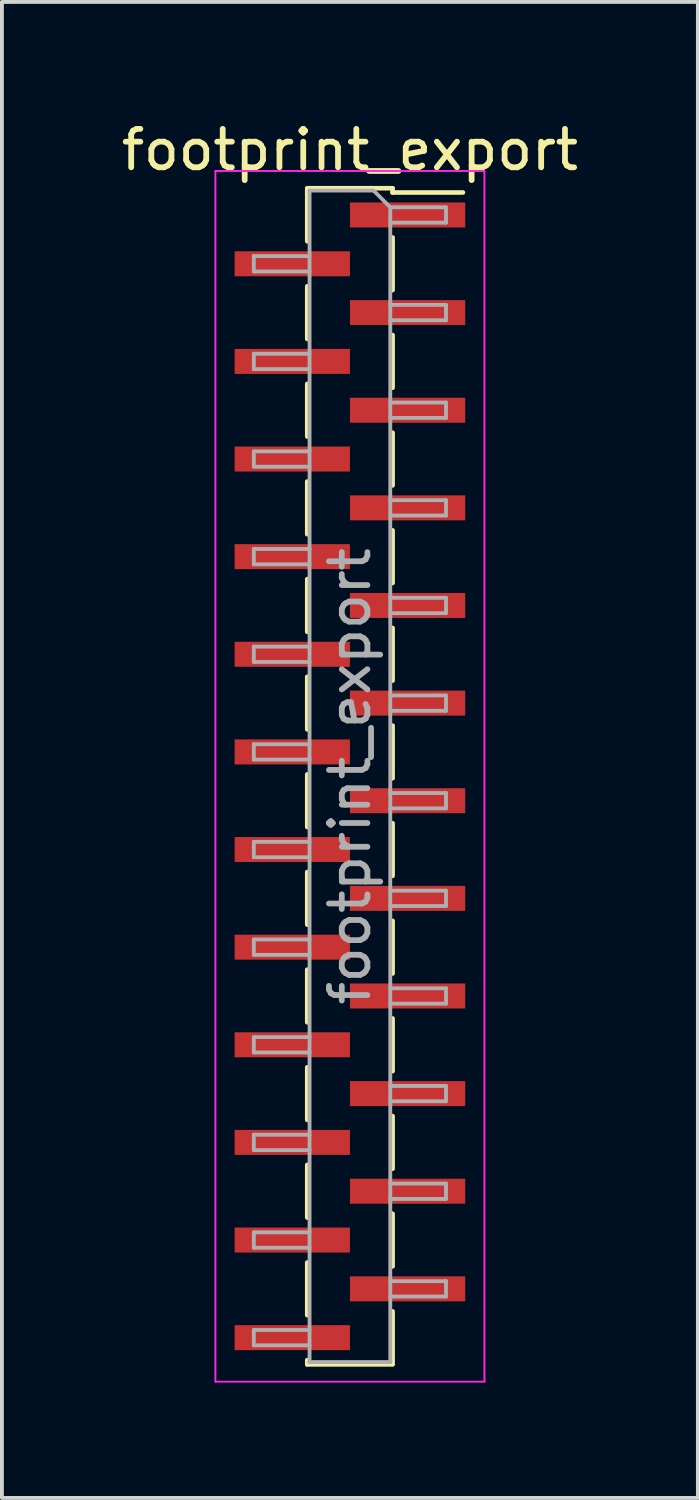
<source format=kicad_pcb>
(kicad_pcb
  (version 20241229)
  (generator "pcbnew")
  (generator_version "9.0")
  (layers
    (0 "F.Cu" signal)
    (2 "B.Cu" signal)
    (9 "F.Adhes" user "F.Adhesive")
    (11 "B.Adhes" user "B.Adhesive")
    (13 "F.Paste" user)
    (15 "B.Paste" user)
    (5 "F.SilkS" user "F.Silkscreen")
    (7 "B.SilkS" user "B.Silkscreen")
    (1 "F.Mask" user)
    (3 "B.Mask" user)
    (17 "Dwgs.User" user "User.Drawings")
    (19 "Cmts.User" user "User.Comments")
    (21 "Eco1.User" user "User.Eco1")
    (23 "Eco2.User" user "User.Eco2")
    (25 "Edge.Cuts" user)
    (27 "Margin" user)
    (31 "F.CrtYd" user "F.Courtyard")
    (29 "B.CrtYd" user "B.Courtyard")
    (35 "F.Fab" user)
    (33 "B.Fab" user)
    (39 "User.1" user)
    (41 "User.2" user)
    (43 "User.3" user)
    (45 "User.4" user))
  (footprint "footprint_export"
    (layer "F.Cu")
    (at 6.054 17.148)
    (property "Reference" "footprint_export" (at 0 -16.3 0) (layer "F.SilkS") (effects (font (size 1 1) (thickness 0.15))))
    (attr smd)
    (fp_line (start -1.11 -15.3) (end 1.11 -15.3) (stroke (width 0.12) (type solid)) (layer "F.SilkS"))
    (fp_line (start -1.11 -15.29) (end -1.11 -13.92) (stroke (width 0.12) (type solid)) (layer "F.SilkS"))
    (fp_line (start -1.11 -12.75) (end -1.11 -11.38) (stroke (width 0.12) (type solid)) (layer "F.SilkS"))
    (fp_line (start -1.11 -10.21) (end -1.11 -8.84) (stroke (width 0.12) (type solid)) (layer "F.SilkS"))
    (fp_line (start -1.11 -7.67) (end -1.11 -6.3) (stroke (width 0.12) (type solid)) (layer "F.SilkS"))
    (fp_line (start -1.11 -5.13) (end -1.11 -3.76) (stroke (width 0.12) (type solid)) (layer "F.SilkS"))
    (fp_line (start -1.11 -2.59) (end -1.11 -1.22) (stroke (width 0.12) (type solid)) (layer "F.SilkS"))
    (fp_line (start -1.11 -0.05) (end -1.11 1.32) (stroke (width 0.12) (type solid)) (layer "F.SilkS"))
    (fp_line (start -1.11 2.49) (end -1.11 3.86) (stroke (width 0.12) (type solid)) (layer "F.SilkS"))
    (fp_line (start -1.11 5.03) (end -1.11 6.4) (stroke (width 0.12) (type solid)) (layer "F.SilkS"))
    (fp_line (start -1.11 7.57) (end -1.11 8.94) (stroke (width 0.12) (type solid)) (layer "F.SilkS"))
    (fp_line (start -1.11 10.11) (end -1.11 11.48) (stroke (width 0.12) (type solid)) (layer "F.SilkS"))
    (fp_line (start -1.11 12.65) (end -1.11 14.02) (stroke (width 0.12) (type solid)) (layer "F.SilkS"))
    (fp_line (start -1.11 15.19) (end -1.11 15.3) (stroke (width 0.12) (type solid)) (layer "F.SilkS"))
    (fp_line (start -1.11 15.3) (end 1.11 15.3) (stroke (width 0.12) (type solid)) (layer "F.SilkS"))
    (fp_line (start 1.11 -15.3) (end 1.11 -15.19) (stroke (width 0.12) (type solid)) (layer "F.SilkS"))
    (fp_line (start 1.11 -15.19) (end 2.94 -15.19) (stroke (width 0.12) (type solid)) (layer "F.SilkS"))
    (fp_line (start 1.11 -14.02) (end 1.11 -12.65) (stroke (width 0.12) (type solid)) (layer "F.SilkS"))
    (fp_line (start 1.11 -11.48) (end 1.11 -10.11) (stroke (width 0.12) (type solid)) (layer "F.SilkS"))
    (fp_line (start 1.11 -8.94) (end 1.11 -7.57) (stroke (width 0.12) (type solid)) (layer "F.SilkS"))
    (fp_line (start 1.11 -6.4) (end 1.11 -5.03) (stroke (width 0.12) (type solid)) (layer "F.SilkS"))
    (fp_line (start 1.11 -3.86) (end 1.11 -2.49) (stroke (width 0.12) (type solid)) (layer "F.SilkS"))
    (fp_line (start 1.11 -1.32) (end 1.11 0.05) (stroke (width 0.12) (type solid)) (layer "F.SilkS"))
    (fp_line (start 1.11 1.22) (end 1.11 2.59) (stroke (width 0.12) (type solid)) (layer "F.SilkS"))
    (fp_line (start 1.11 3.76) (end 1.11 5.13) (stroke (width 0.12) (type solid)) (layer "F.SilkS"))
    (fp_line (start 1.11 6.3) (end 1.11 7.67) (stroke (width 0.12) (type solid)) (layer "F.SilkS"))
    (fp_line (start 1.11 8.84) (end 1.11 10.21) (stroke (width 0.12) (type solid)) (layer "F.SilkS"))
    (fp_line (start 1.11 11.38) (end 1.11 12.75) (stroke (width 0.12) (type solid)) (layer "F.SilkS"))
    (fp_line (start 1.11 13.92) (end 1.11 15.29) (stroke (width 0.12) (type solid)) (layer "F.SilkS"))
    (fp_line (start -3.5 -15.75) (end -3.5 15.75) (stroke (width 0.05) (type solid)) (layer "F.CrtYd"))
    (fp_line (start -3.5 15.75) (end 3.5 15.75) (stroke (width 0.05) (type solid)) (layer "F.CrtYd"))
    (fp_line (start 3.5 -15.75) (end -3.5 -15.75) (stroke (width 0.05) (type solid)) (layer "F.CrtYd"))
    (fp_line (start 3.5 15.75) (end 3.5 -15.75) (stroke (width 0.05) (type solid)) (layer "F.CrtYd"))
    (fp_line (start -2.5 -13.535) (end -2.5 -13.135) (stroke (width 0.1) (type solid)) (layer "F.Fab"))
    (fp_line (start -2.5 -13.135) (end -1.05 -13.135) (stroke (width 0.1) (type solid)) (layer "F.Fab"))
    (fp_line (start -2.5 -10.995) (end -2.5 -10.595) (stroke (width 0.1) (type solid)) (layer "F.Fab"))
    (fp_line (start -2.5 -10.595) (end -1.05 -10.595) (stroke (width 0.1) (type solid)) (layer "F.Fab"))
    (fp_line (start -2.5 -8.455) (end -2.5 -8.055) (stroke (width 0.1) (type solid)) (layer "F.Fab"))
    (fp_line (start -2.5 -8.055) (end -1.05 -8.055) (stroke (width 0.1) (type solid)) (layer "F.Fab"))
    (fp_line (start -2.5 -5.915) (end -2.5 -5.515) (stroke (width 0.1) (type solid)) (layer "F.Fab"))
    (fp_line (start -2.5 -5.515) (end -1.05 -5.515) (stroke (width 0.1) (type solid)) (layer "F.Fab"))
    (fp_line (start -2.5 -3.375) (end -2.5 -2.975) (stroke (width 0.1) (type solid)) (layer "F.Fab"))
    (fp_line (start -2.5 -2.975) (end -1.05 -2.975) (stroke (width 0.1) (type solid)) (layer "F.Fab"))
    (fp_line (start -2.5 -0.835) (end -2.5 -0.435) (stroke (width 0.1) (type solid)) (layer "F.Fab"))
    (fp_line (start -2.5 -0.435) (end -1.05 -0.435) (stroke (width 0.1) (type solid)) (layer "F.Fab"))
    (fp_line (start -2.5 1.705) (end -2.5 2.105) (stroke (width 0.1) (type solid)) (layer "F.Fab"))
    (fp_line (start -2.5 2.105) (end -1.05 2.105) (stroke (width 0.1) (type solid)) (layer "F.Fab"))
    (fp_line (start -2.5 4.245) (end -2.5 4.645) (stroke (width 0.1) (type solid)) (layer "F.Fab"))
    (fp_line (start -2.5 4.645) (end -1.05 4.645) (stroke (width 0.1) (type solid)) (layer "F.Fab"))
    (fp_line (start -2.5 6.785) (end -2.5 7.185) (stroke (width 0.1) (type solid)) (layer "F.Fab"))
    (fp_line (start -2.5 7.185) (end -1.05 7.185) (stroke (width 0.1) (type solid)) (layer "F.Fab"))
    (fp_line (start -2.5 9.325) (end -2.5 9.725) (stroke (width 0.1) (type solid)) (layer "F.Fab"))
    (fp_line (start -2.5 9.725) (end -1.05 9.725) (stroke (width 0.1) (type solid)) (layer "F.Fab"))
    (fp_line (start -2.5 11.865) (end -2.5 12.265) (stroke (width 0.1) (type solid)) (layer "F.Fab"))
    (fp_line (start -2.5 12.265) (end -1.05 12.265) (stroke (width 0.1) (type solid)) (layer "F.Fab"))
    (fp_line (start -2.5 14.405) (end -2.5 14.805) (stroke (width 0.1) (type solid)) (layer "F.Fab"))
    (fp_line (start -2.5 14.805) (end -1.05 14.805) (stroke (width 0.1) (type solid)) (layer "F.Fab"))
    (fp_line (start -1.05 -15.24) (end -1.05 15.24) (stroke (width 0.1) (type solid)) (layer "F.Fab"))
    (fp_line (start -1.05 -15.24) (end 0.615 -15.24) (stroke (width 0.1) (type solid)) (layer "F.Fab"))
    (fp_line (start -1.05 -13.535) (end -2.5 -13.535) (stroke (width 0.1) (type solid)) (layer "F.Fab"))
    (fp_line (start -1.05 -10.995) (end -2.5 -10.995) (stroke (width 0.1) (type solid)) (layer "F.Fab"))
    (fp_line (start -1.05 -8.455) (end -2.5 -8.455) (stroke (width 0.1) (type solid)) (layer "F.Fab"))
    (fp_line (start -1.05 -5.915) (end -2.5 -5.915) (stroke (width 0.1) (type solid)) (layer "F.Fab"))
    (fp_line (start -1.05 -3.375) (end -2.5 -3.375) (stroke (width 0.1) (type solid)) (layer "F.Fab"))
    (fp_line (start -1.05 -0.835) (end -2.5 -0.835) (stroke (width 0.1) (type solid)) (layer "F.Fab"))
    (fp_line (start -1.05 1.705) (end -2.5 1.705) (stroke (width 0.1) (type solid)) (layer "F.Fab"))
    (fp_line (start -1.05 4.245) (end -2.5 4.245) (stroke (width 0.1) (type solid)) (layer "F.Fab"))
    (fp_line (start -1.05 6.785) (end -2.5 6.785) (stroke (width 0.1) (type solid)) (layer "F.Fab"))
    (fp_line (start -1.05 9.325) (end -2.5 9.325) (stroke (width 0.1) (type solid)) (layer "F.Fab"))
    (fp_line (start -1.05 11.865) (end -2.5 11.865) (stroke (width 0.1) (type solid)) (layer "F.Fab"))
    (fp_line (start -1.05 14.405) (end -2.5 14.405) (stroke (width 0.1) (type solid)) (layer "F.Fab"))
    (fp_line (start 1.05 -14.805) (end 0.615 -15.24) (stroke (width 0.1) (type solid)) (layer "F.Fab"))
    (fp_line (start 1.05 -14.805) (end 2.5 -14.805) (stroke (width 0.1) (type solid)) (layer "F.Fab"))
    (fp_line (start 1.05 -12.265) (end 2.5 -12.265) (stroke (width 0.1) (type solid)) (layer "F.Fab"))
    (fp_line (start 1.05 -9.725) (end 2.5 -9.725) (stroke (width 0.1) (type solid)) (layer "F.Fab"))
    (fp_line (start 1.05 -7.185) (end 2.5 -7.185) (stroke (width 0.1) (type solid)) (layer "F.Fab"))
    (fp_line (start 1.05 -4.645) (end 2.5 -4.645) (stroke (width 0.1) (type solid)) (layer "F.Fab"))
    (fp_line (start 1.05 -2.105) (end 2.5 -2.105) (stroke (width 0.1) (type solid)) (layer "F.Fab"))
    (fp_line (start 1.05 0.435) (end 2.5 0.435) (stroke (width 0.1) (type solid)) (layer "F.Fab"))
    (fp_line (start 1.05 2.975) (end 2.5 2.975) (stroke (width 0.1) (type solid)) (layer "F.Fab"))
    (fp_line (start 1.05 5.515) (end 2.5 5.515) (stroke (width 0.1) (type solid)) (layer "F.Fab"))
    (fp_line (start 1.05 8.055) (end 2.5 8.055) (stroke (width 0.1) (type solid)) (layer "F.Fab"))
    (fp_line (start 1.05 10.595) (end 2.5 10.595) (stroke (width 0.1) (type solid)) (layer "F.Fab"))
    (fp_line (start 1.05 13.135) (end 2.5 13.135) (stroke (width 0.1) (type solid)) (layer "F.Fab"))
    (fp_line (start 1.05 15.24) (end -1.05 15.24) (stroke (width 0.1) (type solid)) (layer "F.Fab"))
    (fp_line (start 1.05 15.24) (end 1.05 -14.805) (stroke (width 0.1) (type solid)) (layer "F.Fab"))
    (fp_line (start 2.5 -14.805) (end 2.5 -14.405) (stroke (width 0.1) (type solid)) (layer "F.Fab"))
    (fp_line (start 2.5 -14.405) (end 1.05 -14.405) (stroke (width 0.1) (type solid)) (layer "F.Fab"))
    (fp_line (start 2.5 -12.265) (end 2.5 -11.865) (stroke (width 0.1) (type solid)) (layer "F.Fab"))
    (fp_line (start 2.5 -11.865) (end 1.05 -11.865) (stroke (width 0.1) (type solid)) (layer "F.Fab"))
    (fp_line (start 2.5 -9.725) (end 2.5 -9.325) (stroke (width 0.1) (type solid)) (layer "F.Fab"))
    (fp_line (start 2.5 -9.325) (end 1.05 -9.325) (stroke (width 0.1) (type solid)) (layer "F.Fab"))
    (fp_line (start 2.5 -7.185) (end 2.5 -6.785) (stroke (width 0.1) (type solid)) (layer "F.Fab"))
    (fp_line (start 2.5 -6.785) (end 1.05 -6.785) (stroke (width 0.1) (type solid)) (layer "F.Fab"))
    (fp_line (start 2.5 -4.645) (end 2.5 -4.245) (stroke (width 0.1) (type solid)) (layer "F.Fab"))
    (fp_line (start 2.5 -4.245) (end 1.05 -4.245) (stroke (width 0.1) (type solid)) (layer "F.Fab"))
    (fp_line (start 2.5 -2.105) (end 2.5 -1.705) (stroke (width 0.1) (type solid)) (layer "F.Fab"))
    (fp_line (start 2.5 -1.705) (end 1.05 -1.705) (stroke (width 0.1) (type solid)) (layer "F.Fab"))
    (fp_line (start 2.5 0.435) (end 2.5 0.835) (stroke (width 0.1) (type solid)) (layer "F.Fab"))
    (fp_line (start 2.5 0.835) (end 1.05 0.835) (stroke (width 0.1) (type solid)) (layer "F.Fab"))
    (fp_line (start 2.5 2.975) (end 2.5 3.375) (stroke (width 0.1) (type solid)) (layer "F.Fab"))
    (fp_line (start 2.5 3.375) (end 1.05 3.375) (stroke (width 0.1) (type solid)) (layer "F.Fab"))
    (fp_line (start 2.5 5.515) (end 2.5 5.915) (stroke (width 0.1) (type solid)) (layer "F.Fab"))
    (fp_line (start 2.5 5.915) (end 1.05 5.915) (stroke (width 0.1) (type solid)) (layer "F.Fab"))
    (fp_line (start 2.5 8.055) (end 2.5 8.455) (stroke (width 0.1) (type solid)) (layer "F.Fab"))
    (fp_line (start 2.5 8.455) (end 1.05 8.455) (stroke (width 0.1) (type solid)) (layer "F.Fab"))
    (fp_line (start 2.5 10.595) (end 2.5 10.995) (stroke (width 0.1) (type solid)) (layer "F.Fab"))
    (fp_line (start 2.5 10.995) (end 1.05 10.995) (stroke (width 0.1) (type solid)) (layer "F.Fab"))
    (fp_line (start 2.5 13.135) (end 2.5 13.535) (stroke (width 0.1) (type solid)) (layer "F.Fab"))
    (fp_line (start 2.5 13.535) (end 1.05 13.535) (stroke (width 0.1) (type solid)) (layer "F.Fab"))
    (fp_text user "${REFERENCE}" (at 0 0 90) (layer "F.Fab") (effects (font (size 1 1) (thickness 0.15))))
    (pad "1" smd rect (at 1.5 -14.605) (size 3 0.65) (layers "F.Cu" "F.Mask" "F.Paste"))
    (pad "2" smd rect (at -1.5 -13.335) (size 3 0.65) (layers "F.Cu" "F.Mask" "F.Paste"))
    (pad "3" smd rect (at 1.5 -12.065) (size 3 0.65) (layers "F.Cu" "F.Mask" "F.Paste"))
    (pad "4" smd rect (at -1.5 -10.795) (size 3 0.65) (layers "F.Cu" "F.Mask" "F.Paste"))
    (pad "5" smd rect (at 1.5 -9.525) (size 3 0.65) (layers "F.Cu" "F.Mask" "F.Paste"))
    (pad "6" smd rect (at -1.5 -8.255) (size 3 0.65) (layers "F.Cu" "F.Mask" "F.Paste"))
    (pad "7" smd rect (at 1.5 -6.985) (size 3 0.65) (layers "F.Cu" "F.Mask" "F.Paste"))
    (pad "8" smd rect (at -1.5 -5.715) (size 3 0.65) (layers "F.Cu" "F.Mask" "F.Paste"))
    (pad "9" smd rect (at 1.5 -4.445) (size 3 0.65) (layers "F.Cu" "F.Mask" "F.Paste"))
    (pad "10" smd rect (at -1.5 -3.175) (size 3 0.65) (layers "F.Cu" "F.Mask" "F.Paste"))
    (pad "11" smd rect (at 1.5 -1.905) (size 3 0.65) (layers "F.Cu" "F.Mask" "F.Paste"))
    (pad "12" smd rect (at -1.5 -0.635) (size 3 0.65) (layers "F.Cu" "F.Mask" "F.Paste"))
    (pad "13" smd rect (at 1.5 0.635) (size 3 0.65) (layers "F.Cu" "F.Mask" "F.Paste"))
    (pad "14" smd rect (at -1.5 1.905) (size 3 0.65) (layers "F.Cu" "F.Mask" "F.Paste"))
    (pad "15" smd rect (at 1.5 3.175) (size 3 0.65) (layers "F.Cu" "F.Mask" "F.Paste"))
    (pad "16" smd rect (at -1.5 4.445) (size 3 0.65) (layers "F.Cu" "F.Mask" "F.Paste"))
    (pad "17" smd rect (at 1.5 5.715) (size 3 0.65) (layers "F.Cu" "F.Mask" "F.Paste"))
    (pad "18" smd rect (at -1.5 6.985) (size 3 0.65) (layers "F.Cu" "F.Mask" "F.Paste"))
    (pad "19" smd rect (at 1.5 8.255) (size 3 0.65) (layers "F.Cu" "F.Mask" "F.Paste"))
    (pad "20" smd rect (at -1.5 9.525) (size 3 0.65) (layers "F.Cu" "F.Mask" "F.Paste"))
    (pad "21" smd rect (at 1.5 10.795) (size 3 0.65) (layers "F.Cu" "F.Mask" "F.Paste"))
    (pad "22" smd rect (at -1.5 12.065) (size 3 0.65) (layers "F.Cu" "F.Mask" "F.Paste"))
    (pad "23" smd rect (at 1.5 13.335) (size 3 0.65) (layers "F.Cu" "F.Mask" "F.Paste"))
    (pad "24" smd rect (at -1.5 14.605) (size 3 0.65) (layers "F.Cu" "F.Mask" "F.Paste")))
  (gr_rect
    (start -3 -3)
    (end 15.107 35.923)
    (stroke (width 0.1) (type default))
    (fill no)
    (layer "Edge.Cuts")))
</source>
